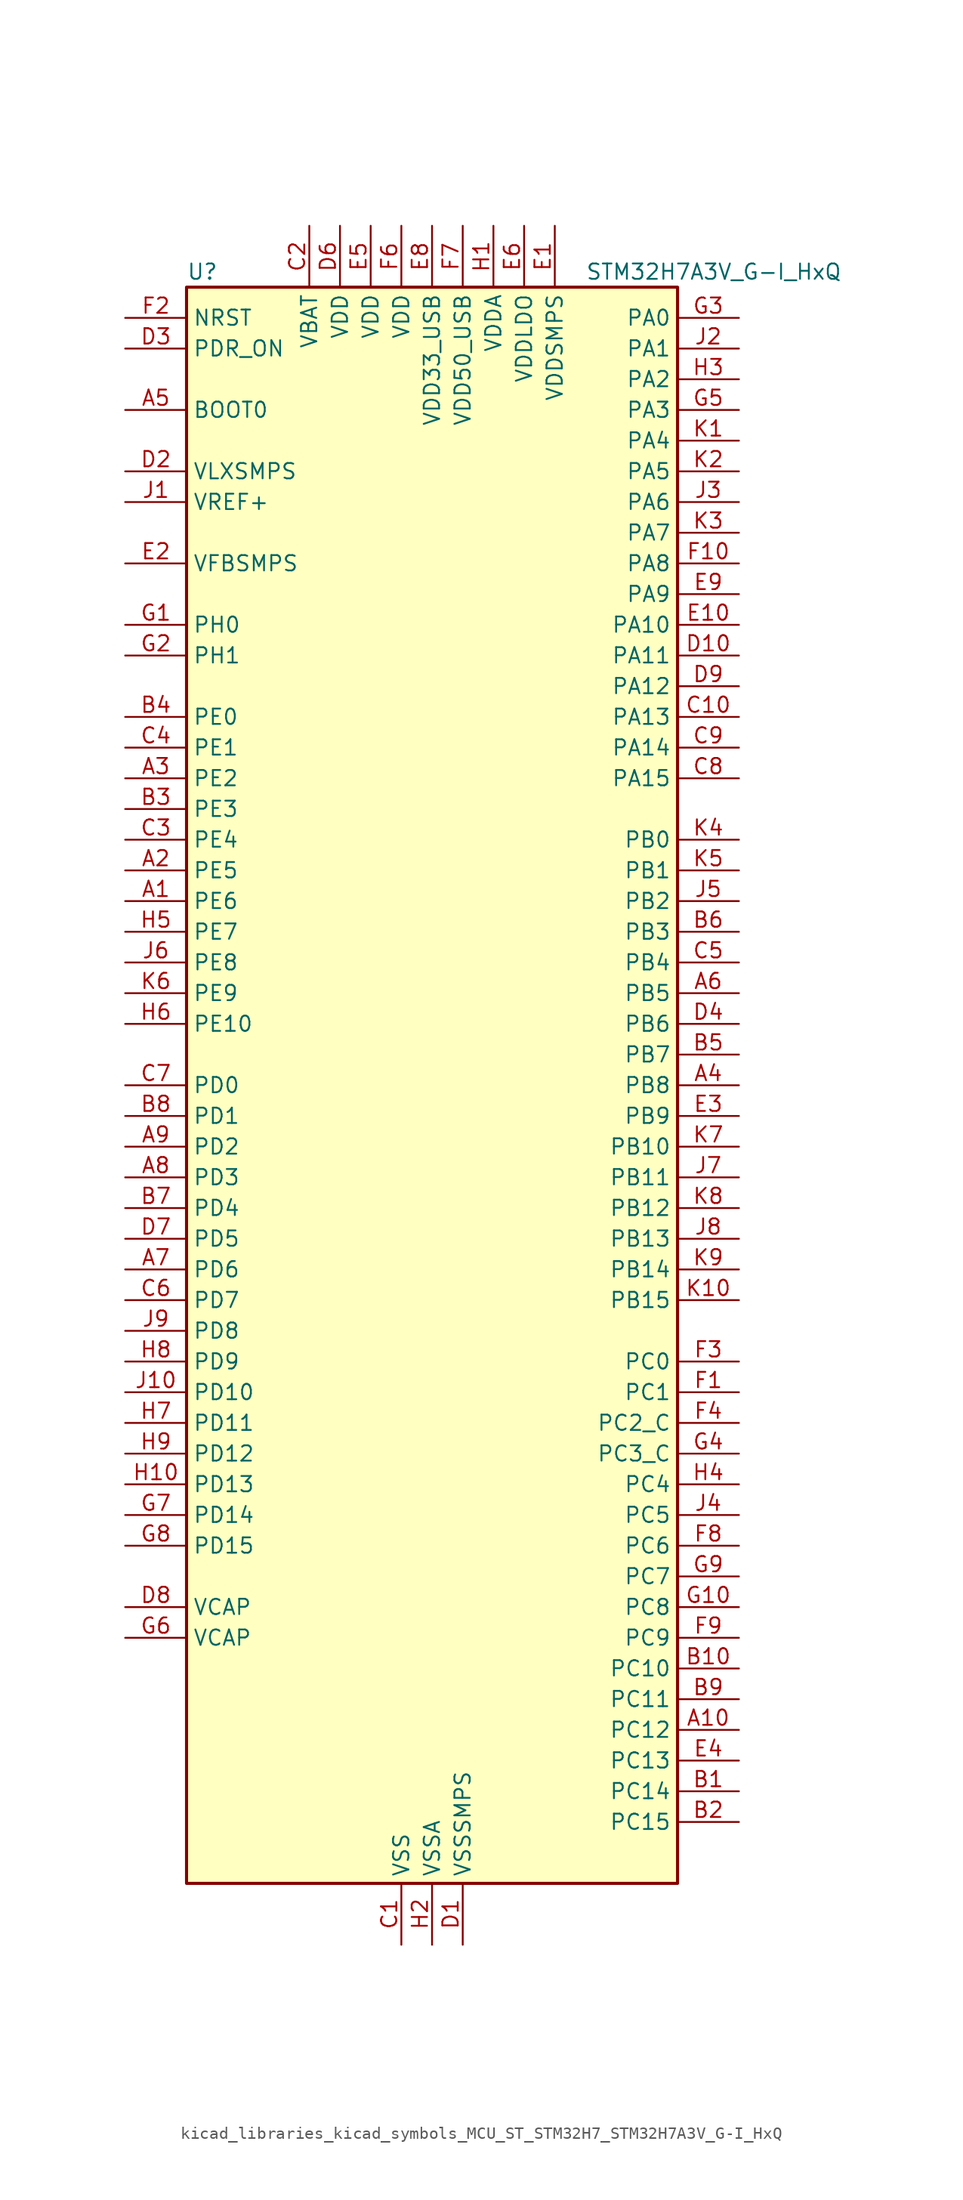
<source format=kicad_sym>
(kicad_symbol_lib
  (version 20220914)
  (generator kicad_symbol_editor)
  (symbol "kicad_libraries_kicad_symbols_MCU_ST_STM32H7_STM32H7A3V_G-I_HxQ"
    (property "Reference" "U"
      (at -20.32 67.31 0)
      (effects (font (size 1.27 1.27)) (justify left)))
    (property "Value" "STM32H7A3V_G-I_HxQ"
      (at 12.7 67.31 0)
      (effects (font (size 1.27 1.27)) (justify left)))
    (property "ki_locked" ""
      (at 0 0 0)
      (effects (font (size 1.27 1.27))))
    (symbol "kicad_libraries_kicad_symbols_MCU_ST_STM32H7_STM32H7A3V_G-I_HxQ_0_1"
      (rectangle (start -20.32 -66.04) (end 20.32 66.04) (stroke (width 0.254) (type default)) (fill (type background))))
    (symbol "kicad_libraries_kicad_symbols_MCU_ST_STM32H7_STM32H7A3V_G-I_HxQ_1_1"
      (pin bidirectional line (at -25.4 15.24 0) (length 5.08) (name "PE6" (effects (font (size 1.27 1.27)))) (number "A1" (effects (font (size 1.27 1.27)))) (alternate "DCMI_D7" bidirectional line) (alternate "DEBUG_TRACED3" bidirectional line) (alternate "FMC_A22" bidirectional line) (alternate "LTDC_G1" bidirectional line) (alternate "PSSI_D7" bidirectional line) (alternate "SAI1_D1" bidirectional line) (alternate "SAI1_SD_A" bidirectional line) (alternate "SAI2_MCLK_B" bidirectional line) (alternate "SPI4_MOSI" bidirectional line) (alternate "TIM15_CH2" bidirectional line) (alternate "TIM1_BKIN2" bidirectional line) (alternate "TIM1_BKIN2_COMP1" bidirectional line) (alternate "TIM1_BKIN2_COMP2" bidirectional line))
      (pin bidirectional line (at 25.4 -53.34 180) (length 5.08) (name "PC12" (effects (font (size 1.27 1.27)))) (number "A10" (effects (font (size 1.27 1.27)))) (alternate "DCMI_D9" bidirectional line) (alternate "DEBUG_TRACED3" bidirectional line) (alternate "DFSDM2_CKOUT" bidirectional line) (alternate "I2S3_SDO" bidirectional line) (alternate "I2S6_CK" bidirectional line) (alternate "LTDC_R6" bidirectional line) (alternate "PSSI_D9" bidirectional line) (alternate "SDMMC1_CK" bidirectional line) (alternate "SPI3_MOSI" bidirectional line) (alternate "SPI6_SCK" bidirectional line) (alternate "TIM15_CH1" bidirectional line) (alternate "UART5_TX" bidirectional line) (alternate "USART3_CK" bidirectional line))
      (pin bidirectional line (at -25.4 17.78 0) (length 5.08) (name "PE5" (effects (font (size 1.27 1.27)))) (number "A2" (effects (font (size 1.27 1.27)))) (alternate "DCMI_D6" bidirectional line) (alternate "DEBUG_TRACED2" bidirectional line) (alternate "DFSDM1_CKIN3" bidirectional line) (alternate "FMC_A21" bidirectional line) (alternate "LTDC_G0" bidirectional line) (alternate "PSSI_D6" bidirectional line) (alternate "SAI1_CK2" bidirectional line) (alternate "SAI1_SCK_A" bidirectional line) (alternate "SPI4_MISO" bidirectional line) (alternate "TIM15_CH1" bidirectional line))
      (pin bidirectional line (at -25.4 25.4 0) (length 5.08) (name "PE2" (effects (font (size 1.27 1.27)))) (number "A3" (effects (font (size 1.27 1.27)))) (alternate "DEBUG_TRACECLK" bidirectional line) (alternate "FMC_A23" bidirectional line) (alternate "OCTOSPIM_P1_IO2" bidirectional line) (alternate "SAI1_CK1" bidirectional line) (alternate "SAI1_MCLK_A" bidirectional line) (alternate "SPI4_SCK" bidirectional line) (alternate "USART10_RX" bidirectional line))
      (pin bidirectional line (at 25.4 0 180) (length 5.08) (name "PB8" (effects (font (size 1.27 1.27)))) (number "A4" (effects (font (size 1.27 1.27)))) (alternate "DCMI_D6" bidirectional line) (alternate "DFSDM1_CKIN7" bidirectional line) (alternate "FDCAN1_RX" bidirectional line) (alternate "I2C1_SCL" bidirectional line) (alternate "I2C4_SCL" bidirectional line) (alternate "LTDC_B6" bidirectional line) (alternate "PSSI_D6" bidirectional line) (alternate "SDMMC1_CKIN" bidirectional line) (alternate "SDMMC1_D4" bidirectional line) (alternate "SDMMC2_D4" bidirectional line) (alternate "TIM16_CH1" bidirectional line) (alternate "TIM4_CH3" bidirectional line) (alternate "UART4_RX" bidirectional line))
      (pin input line (at -25.4 55.88 0) (length 5.08) (name "BOOT0" (effects (font (size 1.27 1.27)))) (number "A5" (effects (font (size 1.27 1.27)))))
      (pin bidirectional line (at 25.4 7.62 180) (length 5.08) (name "PB5" (effects (font (size 1.27 1.27)))) (number "A6" (effects (font (size 1.27 1.27)))) (alternate "DCMI_D10" bidirectional line) (alternate "FDCAN2_RX" bidirectional line) (alternate "FMC_SDCKE1" bidirectional line) (alternate "I2C1_SMBA" bidirectional line) (alternate "I2C4_SMBA" bidirectional line) (alternate "I2S1_SDO" bidirectional line) (alternate "I2S3_SDO" bidirectional line) (alternate "I2S6_SDO" bidirectional line) (alternate "LTDC_B5" bidirectional line) (alternate "PSSI_D10" bidirectional line) (alternate "SPI1_MOSI" bidirectional line) (alternate "SPI3_MOSI" bidirectional line) (alternate "SPI6_MOSI" bidirectional line) (alternate "TIM17_BKIN" bidirectional line) (alternate "TIM3_CH2" bidirectional line) (alternate "UART5_RX" bidirectional line) (alternate "USB_OTG_HS_ULPI_D7" bidirectional line))
      (pin bidirectional line (at -25.4 -15.24 0) (length 5.08) (name "PD6" (effects (font (size 1.27 1.27)))) (number "A7" (effects (font (size 1.27 1.27)))) (alternate "DCMI_D10" bidirectional line) (alternate "DFSDM1_CKIN4" bidirectional line) (alternate "DFSDM1_DATIN1" bidirectional line) (alternate "FMC_NWAIT" bidirectional line) (alternate "I2S3_SDO" bidirectional line) (alternate "LTDC_B2" bidirectional line) (alternate "OCTOSPIM_P1_IO6" bidirectional line) (alternate "PSSI_D10" bidirectional line) (alternate "SAI1_D1" bidirectional line) (alternate "SAI1_SD_A" bidirectional line) (alternate "SDMMC2_CK" bidirectional line) (alternate "SPI3_MOSI" bidirectional line) (alternate "USART2_RX" bidirectional line))
      (pin bidirectional line (at -25.4 -7.62 0) (length 5.08) (name "PD3" (effects (font (size 1.27 1.27)))) (number "A8" (effects (font (size 1.27 1.27)))) (alternate "DCMI_D5" bidirectional line) (alternate "DFSDM1_CKOUT" bidirectional line) (alternate "FMC_CLK" bidirectional line) (alternate "I2S2_CK" bidirectional line) (alternate "LTDC_G7" bidirectional line) (alternate "PSSI_D5" bidirectional line) (alternate "SPI2_SCK" bidirectional line) (alternate "USART2_CTS" bidirectional line) (alternate "USART2_NSS" bidirectional line))
      (pin bidirectional line (at -25.4 -5.08 0) (length 5.08) (name "PD2" (effects (font (size 1.27 1.27)))) (number "A9" (effects (font (size 1.27 1.27)))) (alternate "DCMI_D11" bidirectional line) (alternate "DEBUG_TRACED2" bidirectional line) (alternate "LTDC_B2" bidirectional line) (alternate "LTDC_B7" bidirectional line) (alternate "PSSI_D11" bidirectional line) (alternate "SDMMC1_CMD" bidirectional line) (alternate "TIM15_BKIN" bidirectional line) (alternate "TIM3_ETR" bidirectional line) (alternate "UART5_RX" bidirectional line))
      (pin bidirectional line (at 25.4 -58.42 180) (length 5.08) (name "PC14" (effects (font (size 1.27 1.27)))) (number "B1" (effects (font (size 1.27 1.27)))) (alternate "RCC_OSC32_IN" bidirectional line))
      (pin bidirectional line (at 25.4 -48.26 180) (length 5.08) (name "PC10" (effects (font (size 1.27 1.27)))) (number "B10" (effects (font (size 1.27 1.27)))) (alternate "DCMI_D8" bidirectional line) (alternate "DFSDM1_CKIN5" bidirectional line) (alternate "DFSDM2_CKIN0" bidirectional line) (alternate "I2S3_CK" bidirectional line) (alternate "LTDC_B1" bidirectional line) (alternate "LTDC_R2" bidirectional line) (alternate "OCTOSPIM_P1_IO1" bidirectional line) (alternate "PSSI_D8" bidirectional line) (alternate "SDMMC1_D2" bidirectional line) (alternate "SPI3_SCK" bidirectional line) (alternate "SWPMI1_RX" bidirectional line) (alternate "UART4_TX" bidirectional line) (alternate "USART3_TX" bidirectional line))
      (pin bidirectional line (at 25.4 -60.96 180) (length 5.08) (name "PC15" (effects (font (size 1.27 1.27)))) (number "B2" (effects (font (size 1.27 1.27)))) (alternate "ADC1_EXTI15" bidirectional line) (alternate "ADC2_EXTI15" bidirectional line) (alternate "RCC_OSC32_OUT" bidirectional line))
      (pin bidirectional line (at -25.4 22.86 0) (length 5.08) (name "PE3" (effects (font (size 1.27 1.27)))) (number "B3" (effects (font (size 1.27 1.27)))) (alternate "DEBUG_TRACED0" bidirectional line) (alternate "FMC_A19" bidirectional line) (alternate "SAI1_SD_B" bidirectional line) (alternate "TIM15_BKIN" bidirectional line) (alternate "USART10_TX" bidirectional line))
      (pin bidirectional line (at -25.4 30.48 0) (length 5.08) (name "PE0" (effects (font (size 1.27 1.27)))) (number "B4" (effects (font (size 1.27 1.27)))) (alternate "DCMI_D2" bidirectional line) (alternate "FMC_NBL0" bidirectional line) (alternate "LPTIM1_ETR" bidirectional line) (alternate "LPTIM2_ETR" bidirectional line) (alternate "LTDC_R0" bidirectional line) (alternate "PSSI_D2" bidirectional line) (alternate "SAI2_MCLK_A" bidirectional line) (alternate "TIM4_ETR" bidirectional line) (alternate "UART8_RX" bidirectional line))
      (pin bidirectional line (at 25.4 2.54 180) (length 5.08) (name "PB7" (effects (font (size 1.27 1.27)))) (number "B5" (effects (font (size 1.27 1.27)))) (alternate "DCMI_VSYNC" bidirectional line) (alternate "DFSDM1_CKIN5" bidirectional line) (alternate "FMC_NL" bidirectional line) (alternate "I2C1_SDA" bidirectional line) (alternate "I2C4_SDA" bidirectional line) (alternate "LPUART1_RX" bidirectional line) (alternate "PSSI_RDY" bidirectional line) (alternate "PWR_PVD_IN" bidirectional line) (alternate "TIM17_CH1N" bidirectional line) (alternate "TIM4_CH2" bidirectional line) (alternate "USART1_RX" bidirectional line))
      (pin bidirectional line (at 25.4 12.7 180) (length 5.08) (name "PB3" (effects (font (size 1.27 1.27)))) (number "B6" (effects (font (size 1.27 1.27)))) (alternate "CRS_SYNC" bidirectional line) (alternate "DEBUG_JTDO-SWO" bidirectional line) (alternate "I2S1_CK" bidirectional line) (alternate "I2S3_CK" bidirectional line) (alternate "I2S6_CK" bidirectional line) (alternate "SDMMC2_D2" bidirectional line) (alternate "SPI1_SCK" bidirectional line) (alternate "SPI3_SCK" bidirectional line) (alternate "SPI6_SCK" bidirectional line) (alternate "TIM2_CH2" bidirectional line) (alternate "UART7_RX" bidirectional line))
      (pin bidirectional line (at -25.4 -10.16 0) (length 5.08) (name "PD4" (effects (font (size 1.27 1.27)))) (number "B7" (effects (font (size 1.27 1.27)))) (alternate "FMC_NOE" bidirectional line) (alternate "OCTOSPIM_P1_IO4" bidirectional line) (alternate "USART2_DE" bidirectional line) (alternate "USART2_RTS" bidirectional line))
      (pin bidirectional line (at -25.4 -2.54 0) (length 5.08) (name "PD1" (effects (font (size 1.27 1.27)))) (number "B8" (effects (font (size 1.27 1.27)))) (alternate "DFSDM1_DATIN6" bidirectional line) (alternate "FDCAN1_TX" bidirectional line) (alternate "FMC_D3" bidirectional line) (alternate "FMC_DA3" bidirectional line) (alternate "UART4_TX" bidirectional line))
      (pin bidirectional line (at 25.4 -50.8 180) (length 5.08) (name "PC11" (effects (font (size 1.27 1.27)))) (number "B9" (effects (font (size 1.27 1.27)))) (alternate "ADC1_EXTI11" bidirectional line) (alternate "ADC2_EXTI11" bidirectional line) (alternate "DCMI_D4" bidirectional line) (alternate "DFSDM1_DATIN5" bidirectional line) (alternate "DFSDM2_DATIN0" bidirectional line) (alternate "I2S3_SDI" bidirectional line) (alternate "LTDC_B4" bidirectional line) (alternate "OCTOSPIM_P1_NCS" bidirectional line) (alternate "PSSI_D4" bidirectional line) (alternate "SDMMC1_D3" bidirectional line) (alternate "SPI3_MISO" bidirectional line) (alternate "UART4_RX" bidirectional line) (alternate "USART3_RX" bidirectional line))
      (pin power_in line (at -2.54 -71.12 90) (length 5.08) (name "VSS" (effects (font (size 1.27 1.27)))) (number "C1" (effects (font (size 1.27 1.27)))))
      (pin bidirectional line (at 25.4 30.48 180) (length 5.08) (name "PA13" (effects (font (size 1.27 1.27)))) (number "C10" (effects (font (size 1.27 1.27)))) (alternate "DEBUG_JTMS-SWDIO" bidirectional line))
      (pin power_in line (at -10.16 71.12 270) (length 5.08) (name "VBAT" (effects (font (size 1.27 1.27)))) (number "C2" (effects (font (size 1.27 1.27)))))
      (pin bidirectional line (at -25.4 20.32 0) (length 5.08) (name "PE4" (effects (font (size 1.27 1.27)))) (number "C3" (effects (font (size 1.27 1.27)))) (alternate "DCMI_D4" bidirectional line) (alternate "DEBUG_TRACED1" bidirectional line) (alternate "DFSDM1_DATIN3" bidirectional line) (alternate "FMC_A20" bidirectional line) (alternate "LTDC_B0" bidirectional line) (alternate "PSSI_D4" bidirectional line) (alternate "SAI1_D2" bidirectional line) (alternate "SAI1_FS_A" bidirectional line) (alternate "SPI4_NSS" bidirectional line) (alternate "TIM15_CH1N" bidirectional line))
      (pin bidirectional line (at -25.4 27.94 0) (length 5.08) (name "PE1" (effects (font (size 1.27 1.27)))) (number "C4" (effects (font (size 1.27 1.27)))) (alternate "DCMI_D3" bidirectional line) (alternate "FMC_NBL1" bidirectional line) (alternate "LPTIM1_IN2" bidirectional line) (alternate "LTDC_R6" bidirectional line) (alternate "PSSI_D3" bidirectional line) (alternate "UART8_TX" bidirectional line))
      (pin bidirectional line (at 25.4 10.16 180) (length 5.08) (name "PB4" (effects (font (size 1.27 1.27)))) (number "C5" (effects (font (size 1.27 1.27)))) (alternate "DEBUG_JTRST" bidirectional line) (alternate "I2S1_SDI" bidirectional line) (alternate "I2S2_WS" bidirectional line) (alternate "I2S3_SDI" bidirectional line) (alternate "I2S6_SDI" bidirectional line) (alternate "SDMMC2_D3" bidirectional line) (alternate "SPI1_MISO" bidirectional line) (alternate "SPI2_NSS" bidirectional line) (alternate "SPI3_MISO" bidirectional line) (alternate "SPI6_MISO" bidirectional line) (alternate "TIM16_BKIN" bidirectional line) (alternate "TIM3_CH1" bidirectional line) (alternate "UART7_TX" bidirectional line))
      (pin bidirectional line (at -25.4 -17.78 0) (length 5.08) (name "PD7" (effects (font (size 1.27 1.27)))) (number "C6" (effects (font (size 1.27 1.27)))) (alternate "DFSDM1_CKIN1" bidirectional line) (alternate "DFSDM1_DATIN4" bidirectional line) (alternate "FMC_NE1" bidirectional line) (alternate "I2S1_SDO" bidirectional line) (alternate "OCTOSPIM_P1_IO7" bidirectional line) (alternate "SDMMC2_CMD" bidirectional line) (alternate "SPDIFRX_IN0" bidirectional line) (alternate "SPI1_MOSI" bidirectional line) (alternate "USART2_CK" bidirectional line))
      (pin bidirectional line (at -25.4 0 0) (length 5.08) (name "PD0" (effects (font (size 1.27 1.27)))) (number "C7" (effects (font (size 1.27 1.27)))) (alternate "DFSDM1_CKIN6" bidirectional line) (alternate "FDCAN1_RX" bidirectional line) (alternate "FMC_D2" bidirectional line) (alternate "FMC_DA2" bidirectional line) (alternate "LTDC_B1" bidirectional line) (alternate "UART4_RX" bidirectional line) (alternate "UART9_CTS" bidirectional line))
      (pin bidirectional line (at 25.4 25.4 180) (length 5.08) (name "PA15" (effects (font (size 1.27 1.27)))) (number "C8" (effects (font (size 1.27 1.27)))) (alternate "ADC1_EXTI15" bidirectional line) (alternate "ADC2_EXTI15" bidirectional line) (alternate "CEC" bidirectional line) (alternate "DEBUG_JTDI" bidirectional line) (alternate "I2S1_WS" bidirectional line) (alternate "I2S3_WS" bidirectional line) (alternate "I2S6_WS" bidirectional line) (alternate "LTDC_B6" bidirectional line) (alternate "LTDC_R3" bidirectional line) (alternate "SPI1_NSS" bidirectional line) (alternate "SPI3_NSS" bidirectional line) (alternate "SPI6_NSS" bidirectional line) (alternate "TIM2_CH1" bidirectional line) (alternate "TIM2_ETR" bidirectional line) (alternate "UART4_DE" bidirectional line) (alternate "UART4_RTS" bidirectional line) (alternate "UART7_TX" bidirectional line))
      (pin bidirectional line (at 25.4 27.94 180) (length 5.08) (name "PA14" (effects (font (size 1.27 1.27)))) (number "C9" (effects (font (size 1.27 1.27)))) (alternate "DEBUG_JTCK-SWCLK" bidirectional line))
      (pin power_in line (at 2.54 -71.12 90) (length 5.08) (name "VSSSMPS" (effects (font (size 1.27 1.27)))) (number "D1" (effects (font (size 1.27 1.27)))))
      (pin bidirectional line (at 25.4 35.56 180) (length 5.08) (name "PA11" (effects (font (size 1.27 1.27)))) (number "D10" (effects (font (size 1.27 1.27)))) (alternate "ADC1_EXTI11" bidirectional line) (alternate "ADC2_EXTI11" bidirectional line) (alternate "FDCAN1_RX" bidirectional line) (alternate "I2S2_WS" bidirectional line) (alternate "LPUART1_CTS" bidirectional line) (alternate "LTDC_R4" bidirectional line) (alternate "SPI2_NSS" bidirectional line) (alternate "TIM1_CH4" bidirectional line) (alternate "UART4_RX" bidirectional line) (alternate "USART1_CTS" bidirectional line) (alternate "USART1_NSS" bidirectional line) (alternate "USB_OTG_HS_DM" bidirectional line))
      (pin power_in line (at -25.4 50.8 0) (length 5.08) (name "VLXSMPS" (effects (font (size 1.27 1.27)))) (number "D2" (effects (font (size 1.27 1.27)))))
      (pin input line (at -25.4 60.96 0) (length 5.08) (name "PDR_ON" (effects (font (size 1.27 1.27)))) (number "D3" (effects (font (size 1.27 1.27)))))
      (pin bidirectional line (at 25.4 5.08 180) (length 5.08) (name "PB6" (effects (font (size 1.27 1.27)))) (number "D4" (effects (font (size 1.27 1.27)))) (alternate "CEC" bidirectional line) (alternate "DCMI_D5" bidirectional line) (alternate "DFSDM1_DATIN5" bidirectional line) (alternate "FDCAN2_TX" bidirectional line) (alternate "FMC_SDNE1" bidirectional line) (alternate "I2C1_SCL" bidirectional line) (alternate "I2C4_SCL" bidirectional line) (alternate "LPUART1_TX" bidirectional line) (alternate "OCTOSPIM_P1_NCS" bidirectional line) (alternate "PSSI_D5" bidirectional line) (alternate "TIM16_CH1N" bidirectional line) (alternate "TIM4_CH1" bidirectional line) (alternate "UART5_TX" bidirectional line) (alternate "USART1_TX" bidirectional line))
      (pin passive line (at -2.54 -71.12 90) (length 5.08) hide (name "VSS" (effects (font (size 1.27 1.27)))) (number "D5" (effects (font (size 1.27 1.27)))))
      (pin power_in line (at -7.62 71.12 270) (length 5.08) (name "VDD" (effects (font (size 1.27 1.27)))) (number "D6" (effects (font (size 1.27 1.27)))))
      (pin bidirectional line (at -25.4 -12.7 0) (length 5.08) (name "PD5" (effects (font (size 1.27 1.27)))) (number "D7" (effects (font (size 1.27 1.27)))) (alternate "FMC_NWE" bidirectional line) (alternate "OCTOSPIM_P1_IO5" bidirectional line) (alternate "USART2_TX" bidirectional line))
      (pin power_out line (at -25.4 -43.18 0) (length 5.08) (name "VCAP" (effects (font (size 1.27 1.27)))) (number "D8" (effects (font (size 1.27 1.27)))))
      (pin bidirectional line (at 25.4 33.02 180) (length 5.08) (name "PA12" (effects (font (size 1.27 1.27)))) (number "D9" (effects (font (size 1.27 1.27)))) (alternate "FDCAN1_TX" bidirectional line) (alternate "I2S2_CK" bidirectional line) (alternate "LPUART1_DE" bidirectional line) (alternate "LPUART1_RTS" bidirectional line) (alternate "LTDC_R5" bidirectional line) (alternate "SAI2_FS_B" bidirectional line) (alternate "SPI2_SCK" bidirectional line) (alternate "TIM1_ETR" bidirectional line) (alternate "UART4_TX" bidirectional line) (alternate "USART1_DE" bidirectional line) (alternate "USART1_RTS" bidirectional line) (alternate "USB_OTG_HS_DP" bidirectional line))
      (pin power_in line (at 10.16 71.12 270) (length 5.08) (name "VDDSMPS" (effects (font (size 1.27 1.27)))) (number "E1" (effects (font (size 1.27 1.27)))))
      (pin bidirectional line (at 25.4 38.1 180) (length 5.08) (name "PA10" (effects (font (size 1.27 1.27)))) (number "E10" (effects (font (size 1.27 1.27)))) (alternate "DCMI_D1" bidirectional line) (alternate "LPUART1_RX" bidirectional line) (alternate "LTDC_B1" bidirectional line) (alternate "LTDC_B4" bidirectional line) (alternate "MDIOS_MDIO" bidirectional line) (alternate "PSSI_D1" bidirectional line) (alternate "TIM1_CH3" bidirectional line) (alternate "USART1_RX" bidirectional line) (alternate "USB_OTG_HS_ID" bidirectional line))
      (pin input line (at -25.4 43.18 0) (length 5.08) (name "VFBSMPS" (effects (font (size 1.27 1.27)))) (number "E2" (effects (font (size 1.27 1.27)))))
      (pin bidirectional line (at 25.4 -2.54 180) (length 5.08) (name "PB9" (effects (font (size 1.27 1.27)))) (number "E3" (effects (font (size 1.27 1.27)))) (alternate "DAC1_EXTI9" bidirectional line) (alternate "DCMI_D7" bidirectional line) (alternate "DFSDM1_DATIN7" bidirectional line) (alternate "FDCAN1_TX" bidirectional line) (alternate "I2C1_SDA" bidirectional line) (alternate "I2C4_SDA" bidirectional line) (alternate "I2C4_SMBA" bidirectional line) (alternate "I2S2_WS" bidirectional line) (alternate "LTDC_B7" bidirectional line) (alternate "PSSI_D7" bidirectional line) (alternate "SDMMC1_CDIR" bidirectional line) (alternate "SDMMC1_D5" bidirectional line) (alternate "SDMMC2_D5" bidirectional line) (alternate "SPI2_NSS" bidirectional line) (alternate "TIM17_CH1" bidirectional line) (alternate "TIM4_CH4" bidirectional line) (alternate "UART4_TX" bidirectional line))
      (pin bidirectional line (at 25.4 -55.88 180) (length 5.08) (name "PC13" (effects (font (size 1.27 1.27)))) (number "E4" (effects (font (size 1.27 1.27)))) (alternate "PWR_WKUP4" bidirectional line) (alternate "RTC_OUT_ALARM" bidirectional line) (alternate "RTC_OUT_CALIB" bidirectional line) (alternate "RTC_TAMP1" bidirectional line) (alternate "RTC_TS" bidirectional line))
      (pin power_in line (at -5.08 71.12 270) (length 5.08) (name "VDD" (effects (font (size 1.27 1.27)))) (number "E5" (effects (font (size 1.27 1.27)))))
      (pin power_in line (at 7.62 71.12 270) (length 5.08) (name "VDDLDO" (effects (font (size 1.27 1.27)))) (number "E6" (effects (font (size 1.27 1.27)))))
      (pin passive line (at -2.54 -71.12 90) (length 5.08) hide (name "VSS" (effects (font (size 1.27 1.27)))) (number "E7" (effects (font (size 1.27 1.27)))))
      (pin power_in line (at 0 71.12 270) (length 5.08) (name "VDD33_USB" (effects (font (size 1.27 1.27)))) (number "E8" (effects (font (size 1.27 1.27)))))
      (pin bidirectional line (at 25.4 40.64 180) (length 5.08) (name "PA9" (effects (font (size 1.27 1.27)))) (number "E9" (effects (font (size 1.27 1.27)))) (alternate "DAC1_EXTI9" bidirectional line) (alternate "DCMI_D0" bidirectional line) (alternate "I2C3_SMBA" bidirectional line) (alternate "I2S2_CK" bidirectional line) (alternate "LPUART1_TX" bidirectional line) (alternate "LTDC_R5" bidirectional line) (alternate "PSSI_D0" bidirectional line) (alternate "SPI2_SCK" bidirectional line) (alternate "TIM1_CH2" bidirectional line) (alternate "USART1_TX" bidirectional line) (alternate "USB_OTG_HS_VBUS" bidirectional line))
      (pin bidirectional line (at 25.4 -25.4 180) (length 5.08) (name "PC1" (effects (font (size 1.27 1.27)))) (number "F1" (effects (font (size 1.27 1.27)))) (alternate "ADC1_INN10" bidirectional line) (alternate "ADC1_INP11" bidirectional line) (alternate "ADC2_INN10" bidirectional line) (alternate "ADC2_INP11" bidirectional line) (alternate "DEBUG_TRACED0" bidirectional line) (alternate "DFSDM1_CKIN4" bidirectional line) (alternate "DFSDM1_DATIN0" bidirectional line) (alternate "I2S2_SDO" bidirectional line) (alternate "LTDC_G5" bidirectional line) (alternate "MDIOS_MDC" bidirectional line) (alternate "OCTOSPIM_P1_IO4" bidirectional line) (alternate "PWR_WKUP6" bidirectional line) (alternate "RTC_TAMP3" bidirectional line) (alternate "SAI1_D1" bidirectional line) (alternate "SAI1_SD_A" bidirectional line) (alternate "SDMMC2_CK" bidirectional line) (alternate "SPI2_MOSI" bidirectional line))
      (pin bidirectional line (at 25.4 43.18 180) (length 5.08) (name "PA8" (effects (font (size 1.27 1.27)))) (number "F10" (effects (font (size 1.27 1.27)))) (alternate "I2C3_SCL" bidirectional line) (alternate "LTDC_B3" bidirectional line) (alternate "LTDC_R6" bidirectional line) (alternate "RCC_MCO_1" bidirectional line) (alternate "TIM1_CH1" bidirectional line) (alternate "TIM8_BKIN2" bidirectional line) (alternate "TIM8_BKIN2_COMP1" bidirectional line) (alternate "TIM8_BKIN2_COMP2" bidirectional line) (alternate "UART7_RX" bidirectional line) (alternate "USART1_CK" bidirectional line) (alternate "USB_OTG_HS_SOF" bidirectional line))
      (pin input line (at -25.4 63.5 0) (length 5.08) (name "NRST" (effects (font (size 1.27 1.27)))) (number "F2" (effects (font (size 1.27 1.27)))))
      (pin bidirectional line (at 25.4 -22.86 180) (length 5.08) (name "PC0" (effects (font (size 1.27 1.27)))) (number "F3" (effects (font (size 1.27 1.27)))) (alternate "ADC1_INP10" bidirectional line) (alternate "ADC2_INP10" bidirectional line) (alternate "DFSDM1_CKIN0" bidirectional line) (alternate "DFSDM1_DATIN4" bidirectional line) (alternate "FMC_A25" bidirectional line) (alternate "FMC_SDNWE" bidirectional line) (alternate "LTDC_G2" bidirectional line) (alternate "LTDC_R5" bidirectional line) (alternate "SAI2_FS_B" bidirectional line) (alternate "USB_OTG_HS_ULPI_STP" bidirectional line))
      (pin bidirectional line (at 25.4 -27.94 180) (length 5.08) (name "PC2_C" (effects (font (size 1.27 1.27)))) (number "F4" (effects (font (size 1.27 1.27)))) (alternate "ADC2_INN1" bidirectional line) (alternate "ADC2_INP0" bidirectional line) (alternate "DFSDM1_CKIN1" bidirectional line) (alternate "DFSDM1_CKOUT" bidirectional line) (alternate "FMC_SDNE0" bidirectional line) (alternate "I2S2_SDI" bidirectional line) (alternate "OCTOSPIM_P1_IO2" bidirectional line) (alternate "OCTOSPIM_P1_IO5" bidirectional line) (alternate "PWR_CSTOP" bidirectional line) (alternate "SPI2_MISO" bidirectional line) (alternate "USB_OTG_HS_ULPI_DIR" bidirectional line))
      (pin passive line (at -2.54 -71.12 90) (length 5.08) hide (name "VSS" (effects (font (size 1.27 1.27)))) (number "F5" (effects (font (size 1.27 1.27)))))
      (pin power_in line (at -2.54 71.12 270) (length 5.08) (name "VDD" (effects (font (size 1.27 1.27)))) (number "F6" (effects (font (size 1.27 1.27)))))
      (pin power_in line (at 2.54 71.12 270) (length 5.08) (name "VDD50_USB" (effects (font (size 1.27 1.27)))) (number "F7" (effects (font (size 1.27 1.27)))))
      (pin bidirectional line (at 25.4 -38.1 180) (length 5.08) (name "PC6" (effects (font (size 1.27 1.27)))) (number "F8" (effects (font (size 1.27 1.27)))) (alternate "DCMI_D0" bidirectional line) (alternate "DFSDM1_CKIN3" bidirectional line) (alternate "FMC_NWAIT" bidirectional line) (alternate "I2S2_MCK" bidirectional line) (alternate "LTDC_HSYNC" bidirectional line) (alternate "PSSI_D0" bidirectional line) (alternate "SDMMC1_D0DIR" bidirectional line) (alternate "SDMMC1_D6" bidirectional line) (alternate "SDMMC2_D6" bidirectional line) (alternate "SWPMI1_IO" bidirectional line) (alternate "TIM3_CH1" bidirectional line) (alternate "TIM8_CH1" bidirectional line) (alternate "USART6_TX" bidirectional line))
      (pin bidirectional line (at 25.4 -45.72 180) (length 5.08) (name "PC9" (effects (font (size 1.27 1.27)))) (number "F9" (effects (font (size 1.27 1.27)))) (alternate "DAC1_EXTI9" bidirectional line) (alternate "DCMI_D3" bidirectional line) (alternate "I2C3_SDA" bidirectional line) (alternate "I2S_CKIN" bidirectional line) (alternate "LTDC_B2" bidirectional line) (alternate "LTDC_G3" bidirectional line) (alternate "OCTOSPIM_P1_IO0" bidirectional line) (alternate "PSSI_D3" bidirectional line) (alternate "RCC_MCO_2" bidirectional line) (alternate "SDMMC1_D1" bidirectional line) (alternate "SWPMI1_SUSPEND" bidirectional line) (alternate "TIM3_CH4" bidirectional line) (alternate "TIM8_CH4" bidirectional line) (alternate "UART5_CTS" bidirectional line))
      (pin bidirectional line (at -25.4 38.1 0) (length 5.08) (name "PH0" (effects (font (size 1.27 1.27)))) (number "G1" (effects (font (size 1.27 1.27)))) (alternate "RCC_OSC_IN" bidirectional line))
      (pin bidirectional line (at 25.4 -43.18 180) (length 5.08) (name "PC8" (effects (font (size 1.27 1.27)))) (number "G10" (effects (font (size 1.27 1.27)))) (alternate "DCMI_D2" bidirectional line) (alternate "DEBUG_TRACED1" bidirectional line) (alternate "FMC_INT" bidirectional line) (alternate "FMC_NCE" bidirectional line) (alternate "FMC_NE2" bidirectional line) (alternate "PSSI_D2" bidirectional line) (alternate "SDMMC1_D0" bidirectional line) (alternate "SWPMI1_RX" bidirectional line) (alternate "TIM3_CH3" bidirectional line) (alternate "TIM8_CH3" bidirectional line) (alternate "UART5_DE" bidirectional line) (alternate "UART5_RTS" bidirectional line) (alternate "USART6_CK" bidirectional line))
      (pin bidirectional line (at -25.4 35.56 0) (length 5.08) (name "PH1" (effects (font (size 1.27 1.27)))) (number "G2" (effects (font (size 1.27 1.27)))) (alternate "RCC_OSC_OUT" bidirectional line))
      (pin bidirectional line (at 25.4 63.5 180) (length 5.08) (name "PA0" (effects (font (size 1.27 1.27)))) (number "G3" (effects (font (size 1.27 1.27)))) (alternate "ADC1_INP16" bidirectional line) (alternate "I2S6_WS" bidirectional line) (alternate "PWR_WKUP1" bidirectional line) (alternate "SAI2_SD_B" bidirectional line) (alternate "SDMMC2_CMD" bidirectional line) (alternate "SPI6_NSS" bidirectional line) (alternate "TIM15_BKIN" bidirectional line) (alternate "TIM2_CH1" bidirectional line) (alternate "TIM2_ETR" bidirectional line) (alternate "TIM5_CH1" bidirectional line) (alternate "TIM8_ETR" bidirectional line) (alternate "UART4_TX" bidirectional line) (alternate "USART2_CTS" bidirectional line) (alternate "USART2_NSS" bidirectional line))
      (pin bidirectional line (at 25.4 -30.48 180) (length 5.08) (name "PC3_C" (effects (font (size 1.27 1.27)))) (number "G4" (effects (font (size 1.27 1.27)))) (alternate "ADC2_INP1" bidirectional line) (alternate "DFSDM1_DATIN1" bidirectional line) (alternate "FMC_SDCKE0" bidirectional line) (alternate "I2S2_SDO" bidirectional line) (alternate "OCTOSPIM_P1_IO0" bidirectional line) (alternate "OCTOSPIM_P1_IO6" bidirectional line) (alternate "PWR_CSLEEP" bidirectional line) (alternate "SPI2_MOSI" bidirectional line) (alternate "USB_OTG_HS_ULPI_NXT" bidirectional line))
      (pin bidirectional line (at 25.4 55.88 180) (length 5.08) (name "PA3" (effects (font (size 1.27 1.27)))) (number "G5" (effects (font (size 1.27 1.27)))) (alternate "ADC1_INP15" bidirectional line) (alternate "I2S6_MCK" bidirectional line) (alternate "LTDC_B2" bidirectional line) (alternate "LTDC_B5" bidirectional line) (alternate "OCTOSPIM_P1_CLK" bidirectional line) (alternate "TIM15_CH2" bidirectional line) (alternate "TIM2_CH4" bidirectional line) (alternate "TIM5_CH4" bidirectional line) (alternate "USART2_RX" bidirectional line) (alternate "USB_OTG_HS_ULPI_D0" bidirectional line))
      (pin power_out line (at -25.4 -45.72 0) (length 5.08) (name "VCAP" (effects (font (size 1.27 1.27)))) (number "G6" (effects (font (size 1.27 1.27)))))
      (pin bidirectional line (at -25.4 -35.56 0) (length 5.08) (name "PD14" (effects (font (size 1.27 1.27)))) (number "G7" (effects (font (size 1.27 1.27)))) (alternate "FMC_D0" bidirectional line) (alternate "FMC_DA0" bidirectional line) (alternate "TIM4_CH3" bidirectional line) (alternate "UART8_CTS" bidirectional line) (alternate "UART9_RX" bidirectional line))
      (pin bidirectional line (at -25.4 -38.1 0) (length 5.08) (name "PD15" (effects (font (size 1.27 1.27)))) (number "G8" (effects (font (size 1.27 1.27)))) (alternate "ADC1_EXTI15" bidirectional line) (alternate "ADC2_EXTI15" bidirectional line) (alternate "FMC_D1" bidirectional line) (alternate "FMC_DA1" bidirectional line) (alternate "TIM4_CH4" bidirectional line) (alternate "UART8_DE" bidirectional line) (alternate "UART8_RTS" bidirectional line) (alternate "UART9_TX" bidirectional line))
      (pin bidirectional line (at 25.4 -40.64 180) (length 5.08) (name "PC7" (effects (font (size 1.27 1.27)))) (number "G9" (effects (font (size 1.27 1.27)))) (alternate "DCMI_D1" bidirectional line) (alternate "DEBUG_TRGIO" bidirectional line) (alternate "DFSDM1_DATIN3" bidirectional line) (alternate "FMC_NE1" bidirectional line) (alternate "I2S3_MCK" bidirectional line) (alternate "LTDC_G6" bidirectional line) (alternate "PSSI_D1" bidirectional line) (alternate "SDMMC1_D123DIR" bidirectional line) (alternate "SDMMC1_D7" bidirectional line) (alternate "SDMMC2_D7" bidirectional line) (alternate "SWPMI1_TX" bidirectional line) (alternate "TIM3_CH2" bidirectional line) (alternate "TIM8_CH2" bidirectional line) (alternate "USART6_RX" bidirectional line))
      (pin power_in line (at 5.08 71.12 270) (length 5.08) (name "VDDA" (effects (font (size 1.27 1.27)))) (number "H1" (effects (font (size 1.27 1.27)))))
      (pin bidirectional line (at -25.4 -33.02 0) (length 5.08) (name "PD13" (effects (font (size 1.27 1.27)))) (number "H10" (effects (font (size 1.27 1.27)))) (alternate "DCMI_D13" bidirectional line) (alternate "FMC_A18" bidirectional line) (alternate "I2C4_SDA" bidirectional line) (alternate "LPTIM1_OUT" bidirectional line) (alternate "OCTOSPIM_P1_IO3" bidirectional line) (alternate "PSSI_D13" bidirectional line) (alternate "SAI2_SCK_A" bidirectional line) (alternate "TIM4_CH2" bidirectional line) (alternate "UART9_DE" bidirectional line) (alternate "UART9_RTS" bidirectional line))
      (pin power_in line (at 0 -71.12 90) (length 5.08) (name "VSSA" (effects (font (size 1.27 1.27)))) (number "H2" (effects (font (size 1.27 1.27)))))
      (pin bidirectional line (at 25.4 58.42 180) (length 5.08) (name "PA2" (effects (font (size 1.27 1.27)))) (number "H3" (effects (font (size 1.27 1.27)))) (alternate "ADC1_INP14" bidirectional line) (alternate "DFSDM2_CKIN1" bidirectional line) (alternate "LTDC_R1" bidirectional line) (alternate "MDIOS_MDIO" bidirectional line) (alternate "PWR_WKUP2" bidirectional line) (alternate "SAI2_SCK_B" bidirectional line) (alternate "TIM15_CH1" bidirectional line) (alternate "TIM2_CH3" bidirectional line) (alternate "TIM5_CH3" bidirectional line) (alternate "USART2_TX" bidirectional line))
      (pin bidirectional line (at 25.4 -33.02 180) (length 5.08) (name "PC4" (effects (font (size 1.27 1.27)))) (number "H4" (effects (font (size 1.27 1.27)))) (alternate "ADC1_INP4" bidirectional line) (alternate "ADC2_INP4" bidirectional line) (alternate "COMP1_INM" bidirectional line) (alternate "DFSDM1_CKIN2" bidirectional line) (alternate "FMC_SDNE0" bidirectional line) (alternate "I2S1_MCK" bidirectional line) (alternate "LTDC_R7" bidirectional line) (alternate "OPAMP1_VOUT" bidirectional line) (alternate "SPDIFRX_IN2" bidirectional line))
      (pin bidirectional line (at -25.4 12.7 0) (length 5.08) (name "PE7" (effects (font (size 1.27 1.27)))) (number "H5" (effects (font (size 1.27 1.27)))) (alternate "COMP2_INM" bidirectional line) (alternate "DFSDM1_DATIN2" bidirectional line) (alternate "FMC_D4" bidirectional line) (alternate "FMC_DA4" bidirectional line) (alternate "OCTOSPIM_P1_IO4" bidirectional line) (alternate "OPAMP2_VOUT" bidirectional line) (alternate "TIM1_ETR" bidirectional line) (alternate "UART7_RX" bidirectional line))
      (pin bidirectional line (at -25.4 5.08 0) (length 5.08) (name "PE10" (effects (font (size 1.27 1.27)))) (number "H6" (effects (font (size 1.27 1.27)))) (alternate "COMP2_INM" bidirectional line) (alternate "DFSDM1_DATIN4" bidirectional line) (alternate "FMC_D7" bidirectional line) (alternate "FMC_DA7" bidirectional line) (alternate "OCTOSPIM_P1_IO7" bidirectional line) (alternate "TIM1_CH2N" bidirectional line) (alternate "UART7_CTS" bidirectional line))
      (pin bidirectional line (at -25.4 -27.94 0) (length 5.08) (name "PD11" (effects (font (size 1.27 1.27)))) (number "H7" (effects (font (size 1.27 1.27)))) (alternate "ADC1_EXTI11" bidirectional line) (alternate "ADC2_EXTI11" bidirectional line) (alternate "FMC_A16" bidirectional line) (alternate "FMC_CLE" bidirectional line) (alternate "I2C4_SMBA" bidirectional line) (alternate "LPTIM2_IN2" bidirectional line) (alternate "OCTOSPIM_P1_IO0" bidirectional line) (alternate "SAI2_SD_A" bidirectional line) (alternate "USART3_CTS" bidirectional line) (alternate "USART3_NSS" bidirectional line))
      (pin bidirectional line (at -25.4 -22.86 0) (length 5.08) (name "PD9" (effects (font (size 1.27 1.27)))) (number "H8" (effects (font (size 1.27 1.27)))) (alternate "DAC1_EXTI9" bidirectional line) (alternate "DFSDM1_DATIN3" bidirectional line) (alternate "FMC_D14" bidirectional line) (alternate "FMC_DA14" bidirectional line) (alternate "USART3_RX" bidirectional line))
      (pin bidirectional line (at -25.4 -30.48 0) (length 5.08) (name "PD12" (effects (font (size 1.27 1.27)))) (number "H9" (effects (font (size 1.27 1.27)))) (alternate "DCMI_D12" bidirectional line) (alternate "FMC_A17" bidirectional line) (alternate "FMC_ALE" bidirectional line) (alternate "I2C4_SCL" bidirectional line) (alternate "LPTIM1_IN1" bidirectional line) (alternate "LPTIM2_IN1" bidirectional line) (alternate "OCTOSPIM_P1_IO1" bidirectional line) (alternate "PSSI_D12" bidirectional line) (alternate "SAI2_FS_A" bidirectional line) (alternate "TIM4_CH1" bidirectional line) (alternate "USART3_DE" bidirectional line) (alternate "USART3_RTS" bidirectional line))
      (pin input line (at -25.4 48.26 0) (length 5.08) (name "VREF+" (effects (font (size 1.27 1.27)))) (number "J1" (effects (font (size 1.27 1.27)))) (alternate "VREFBUF_OUT" bidirectional line))
      (pin bidirectional line (at -25.4 -25.4 0) (length 5.08) (name "PD10" (effects (font (size 1.27 1.27)))) (number "J10" (effects (font (size 1.27 1.27)))) (alternate "DFSDM1_CKOUT" bidirectional line) (alternate "DFSDM2_CKOUT" bidirectional line) (alternate "FMC_D15" bidirectional line) (alternate "FMC_DA15" bidirectional line) (alternate "LTDC_B3" bidirectional line) (alternate "USART3_CK" bidirectional line))
      (pin bidirectional line (at 25.4 60.96 180) (length 5.08) (name "PA1" (effects (font (size 1.27 1.27)))) (number "J2" (effects (font (size 1.27 1.27)))) (alternate "ADC1_INN16" bidirectional line) (alternate "ADC1_INP17" bidirectional line) (alternate "LPTIM3_OUT" bidirectional line) (alternate "LTDC_R2" bidirectional line) (alternate "OCTOSPIM_P1_DQS" bidirectional line) (alternate "OCTOSPIM_P1_IO3" bidirectional line) (alternate "SAI2_MCLK_B" bidirectional line) (alternate "TIM15_CH1N" bidirectional line) (alternate "TIM2_CH2" bidirectional line) (alternate "TIM5_CH2" bidirectional line) (alternate "UART4_RX" bidirectional line) (alternate "USART2_DE" bidirectional line) (alternate "USART2_RTS" bidirectional line))
      (pin bidirectional line (at 25.4 48.26 180) (length 5.08) (name "PA6" (effects (font (size 1.27 1.27)))) (number "J3" (effects (font (size 1.27 1.27)))) (alternate "ADC1_INP3" bidirectional line) (alternate "ADC2_INP3" bidirectional line) (alternate "DAC2_OUT1" bidirectional line) (alternate "DCMI_PIXCLK" bidirectional line) (alternate "I2S1_SDI" bidirectional line) (alternate "I2S6_SDI" bidirectional line) (alternate "LTDC_G2" bidirectional line) (alternate "MDIOS_MDC" bidirectional line) (alternate "OCTOSPIM_P1_IO3" bidirectional line) (alternate "PSSI_PDCK" bidirectional line) (alternate "SPI1_MISO" bidirectional line) (alternate "SPI6_MISO" bidirectional line) (alternate "TIM13_CH1" bidirectional line) (alternate "TIM1_BKIN" bidirectional line) (alternate "TIM1_BKIN_COMP1" bidirectional line) (alternate "TIM1_BKIN_COMP2" bidirectional line) (alternate "TIM3_CH1" bidirectional line) (alternate "TIM8_BKIN" bidirectional line) (alternate "TIM8_BKIN_COMP1" bidirectional line) (alternate "TIM8_BKIN_COMP2" bidirectional line))
      (pin bidirectional line (at 25.4 -35.56 180) (length 5.08) (name "PC5" (effects (font (size 1.27 1.27)))) (number "J4" (effects (font (size 1.27 1.27)))) (alternate "ADC1_INN4" bidirectional line) (alternate "ADC1_INP8" bidirectional line) (alternate "ADC2_INN4" bidirectional line) (alternate "ADC2_INP8" bidirectional line) (alternate "COMP1_OUT" bidirectional line) (alternate "DFSDM1_DATIN2" bidirectional line) (alternate "FMC_SDCKE0" bidirectional line) (alternate "LTDC_DE" bidirectional line) (alternate "OCTOSPIM_P1_DQS" bidirectional line) (alternate "OPAMP1_VINM" bidirectional line) (alternate "PSSI_D15" bidirectional line) (alternate "SAI1_D3" bidirectional line) (alternate "SPDIFRX_IN3" bidirectional line))
      (pin bidirectional line (at 25.4 15.24 180) (length 5.08) (name "PB2" (effects (font (size 1.27 1.27)))) (number "J5" (effects (font (size 1.27 1.27)))) (alternate "COMP1_INP" bidirectional line) (alternate "DFSDM1_CKIN1" bidirectional line) (alternate "I2S3_SDO" bidirectional line) (alternate "OCTOSPIM_P1_CLK" bidirectional line) (alternate "OCTOSPIM_P1_DQS" bidirectional line) (alternate "RTC_OUT_ALARM" bidirectional line) (alternate "RTC_OUT_CALIB" bidirectional line) (alternate "SAI1_D1" bidirectional line) (alternate "SAI1_SD_A" bidirectional line) (alternate "SPI3_MOSI" bidirectional line))
      (pin bidirectional line (at -25.4 10.16 0) (length 5.08) (name "PE8" (effects (font (size 1.27 1.27)))) (number "J6" (effects (font (size 1.27 1.27)))) (alternate "COMP2_OUT" bidirectional line) (alternate "DFSDM1_CKIN2" bidirectional line) (alternate "FMC_D5" bidirectional line) (alternate "FMC_DA5" bidirectional line) (alternate "OCTOSPIM_P1_IO5" bidirectional line) (alternate "OPAMP2_VINM" bidirectional line) (alternate "TIM1_CH1N" bidirectional line) (alternate "UART7_TX" bidirectional line))
      (pin bidirectional line (at 25.4 -7.62 180) (length 5.08) (name "PB11" (effects (font (size 1.27 1.27)))) (number "J7" (effects (font (size 1.27 1.27)))) (alternate "ADC1_EXTI11" bidirectional line) (alternate "ADC2_EXTI11" bidirectional line) (alternate "DFSDM1_CKIN7" bidirectional line) (alternate "I2C2_SDA" bidirectional line) (alternate "LPTIM2_ETR" bidirectional line) (alternate "LTDC_G5" bidirectional line) (alternate "TIM2_CH4" bidirectional line) (alternate "USART3_RX" bidirectional line) (alternate "USB_OTG_HS_ULPI_D4" bidirectional line))
      (pin bidirectional line (at 25.4 -12.7 180) (length 5.08) (name "PB13" (effects (font (size 1.27 1.27)))) (number "J8" (effects (font (size 1.27 1.27)))) (alternate "DCMI_D2" bidirectional line) (alternate "DFSDM1_CKIN1" bidirectional line) (alternate "DFSDM2_CKIN1" bidirectional line) (alternate "FDCAN2_TX" bidirectional line) (alternate "I2S2_CK" bidirectional line) (alternate "LPTIM2_OUT" bidirectional line) (alternate "PSSI_D2" bidirectional line) (alternate "SDMMC1_D0" bidirectional line) (alternate "SPI2_SCK" bidirectional line) (alternate "TIM1_CH1N" bidirectional line) (alternate "UART5_TX" bidirectional line) (alternate "USART3_CTS" bidirectional line) (alternate "USART3_NSS" bidirectional line) (alternate "USB_OTG_HS_ULPI_D6" bidirectional line))
      (pin bidirectional line (at -25.4 -20.32 0) (length 5.08) (name "PD8" (effects (font (size 1.27 1.27)))) (number "J9" (effects (font (size 1.27 1.27)))) (alternate "DFSDM1_CKIN3" bidirectional line) (alternate "FMC_D13" bidirectional line) (alternate "FMC_DA13" bidirectional line) (alternate "SPDIFRX_IN1" bidirectional line) (alternate "USART3_TX" bidirectional line))
      (pin bidirectional line (at 25.4 53.34 180) (length 5.08) (name "PA4" (effects (font (size 1.27 1.27)))) (number "K1" (effects (font (size 1.27 1.27)))) (alternate "ADC1_INP18" bidirectional line) (alternate "DAC1_OUT1" bidirectional line) (alternate "DCMI_HSYNC" bidirectional line) (alternate "I2S1_WS" bidirectional line) (alternate "I2S3_WS" bidirectional line) (alternate "I2S6_WS" bidirectional line) (alternate "LTDC_VSYNC" bidirectional line) (alternate "PSSI_DE" bidirectional line) (alternate "SPI1_NSS" bidirectional line) (alternate "SPI3_NSS" bidirectional line) (alternate "SPI6_NSS" bidirectional line) (alternate "TIM5_ETR" bidirectional line) (alternate "USART2_CK" bidirectional line))
      (pin bidirectional line (at 25.4 -17.78 180) (length 5.08) (name "PB15" (effects (font (size 1.27 1.27)))) (number "K10" (effects (font (size 1.27 1.27)))) (alternate "ADC1_EXTI15" bidirectional line) (alternate "ADC2_EXTI15" bidirectional line) (alternate "DFSDM1_CKIN2" bidirectional line) (alternate "I2S2_SDO" bidirectional line) (alternate "LTDC_G7" bidirectional line) (alternate "RTC_REFIN" bidirectional line) (alternate "SDMMC2_D1" bidirectional line) (alternate "SPI2_MOSI" bidirectional line) (alternate "TIM12_CH2" bidirectional line) (alternate "TIM1_CH3N" bidirectional line) (alternate "TIM8_CH3N" bidirectional line) (alternate "UART4_CTS" bidirectional line) (alternate "USART1_RX" bidirectional line))
      (pin bidirectional line (at 25.4 50.8 180) (length 5.08) (name "PA5" (effects (font (size 1.27 1.27)))) (number "K2" (effects (font (size 1.27 1.27)))) (alternate "ADC1_INN18" bidirectional line) (alternate "ADC1_INP19" bidirectional line) (alternate "DAC1_OUT2" bidirectional line) (alternate "I2S1_CK" bidirectional line) (alternate "I2S6_CK" bidirectional line) (alternate "LTDC_R4" bidirectional line) (alternate "PSSI_D14" bidirectional line) (alternate "PWR_NDSTOP2" bidirectional line) (alternate "SPI1_SCK" bidirectional line) (alternate "SPI6_SCK" bidirectional line) (alternate "TIM2_CH1" bidirectional line) (alternate "TIM2_ETR" bidirectional line) (alternate "TIM8_CH1N" bidirectional line) (alternate "USB_OTG_HS_ULPI_CK" bidirectional line))
      (pin bidirectional line (at 25.4 45.72 180) (length 5.08) (name "PA7" (effects (font (size 1.27 1.27)))) (number "K3" (effects (font (size 1.27 1.27)))) (alternate "ADC1_INN3" bidirectional line) (alternate "ADC1_INP7" bidirectional line) (alternate "ADC2_INN3" bidirectional line) (alternate "ADC2_INP7" bidirectional line) (alternate "DFSDM2_DATIN1" bidirectional line) (alternate "FMC_SDNWE" bidirectional line) (alternate "I2S1_SDO" bidirectional line) (alternate "I2S6_SDO" bidirectional line) (alternate "LTDC_VSYNC" bidirectional line) (alternate "OCTOSPIM_P1_IO2" bidirectional line) (alternate "OPAMP1_VINM" bidirectional line) (alternate "SPI1_MOSI" bidirectional line) (alternate "SPI6_MOSI" bidirectional line) (alternate "TIM14_CH1" bidirectional line) (alternate "TIM1_CH1N" bidirectional line) (alternate "TIM3_CH2" bidirectional line) (alternate "TIM8_CH1N" bidirectional line))
      (pin bidirectional line (at 25.4 20.32 180) (length 5.08) (name "PB0" (effects (font (size 1.27 1.27)))) (number "K4" (effects (font (size 1.27 1.27)))) (alternate "ADC1_INN5" bidirectional line) (alternate "ADC1_INP9" bidirectional line) (alternate "ADC2_INN5" bidirectional line) (alternate "ADC2_INP9" bidirectional line) (alternate "COMP1_INP" bidirectional line) (alternate "DFSDM1_CKOUT" bidirectional line) (alternate "DFSDM2_CKOUT" bidirectional line) (alternate "LTDC_G1" bidirectional line) (alternate "LTDC_R3" bidirectional line) (alternate "OCTOSPIM_P1_IO1" bidirectional line) (alternate "OPAMP1_VINP" bidirectional line) (alternate "TIM1_CH2N" bidirectional line) (alternate "TIM3_CH3" bidirectional line) (alternate "TIM8_CH2N" bidirectional line) (alternate "UART4_CTS" bidirectional line) (alternate "USB_OTG_HS_ULPI_D1" bidirectional line))
      (pin bidirectional line (at 25.4 17.78 180) (length 5.08) (name "PB1" (effects (font (size 1.27 1.27)))) (number "K5" (effects (font (size 1.27 1.27)))) (alternate "ADC1_INP5" bidirectional line) (alternate "ADC2_INP5" bidirectional line) (alternate "COMP1_INM" bidirectional line) (alternate "DFSDM1_DATIN1" bidirectional line) (alternate "LTDC_G0" bidirectional line) (alternate "LTDC_R6" bidirectional line) (alternate "OCTOSPIM_P1_IO0" bidirectional line) (alternate "TIM1_CH3N" bidirectional line) (alternate "TIM3_CH4" bidirectional line) (alternate "TIM8_CH3N" bidirectional line) (alternate "USB_OTG_HS_ULPI_D2" bidirectional line))
      (pin bidirectional line (at -25.4 7.62 0) (length 5.08) (name "PE9" (effects (font (size 1.27 1.27)))) (number "K6" (effects (font (size 1.27 1.27)))) (alternate "COMP2_INP" bidirectional line) (alternate "DAC1_EXTI9" bidirectional line) (alternate "DFSDM1_CKOUT" bidirectional line) (alternate "FMC_D6" bidirectional line) (alternate "FMC_DA6" bidirectional line) (alternate "OCTOSPIM_P1_IO6" bidirectional line) (alternate "OPAMP2_VINP" bidirectional line) (alternate "TIM1_CH1" bidirectional line) (alternate "UART7_DE" bidirectional line) (alternate "UART7_RTS" bidirectional line))
      (pin bidirectional line (at 25.4 -5.08 180) (length 5.08) (name "PB10" (effects (font (size 1.27 1.27)))) (number "K7" (effects (font (size 1.27 1.27)))) (alternate "DFSDM1_DATIN7" bidirectional line) (alternate "I2C2_SCL" bidirectional line) (alternate "I2S2_CK" bidirectional line) (alternate "LPTIM2_IN1" bidirectional line) (alternate "LTDC_G4" bidirectional line) (alternate "OCTOSPIM_P1_NCS" bidirectional line) (alternate "SPI2_SCK" bidirectional line) (alternate "TIM2_CH3" bidirectional line) (alternate "USART3_TX" bidirectional line) (alternate "USB_OTG_HS_ULPI_D3" bidirectional line))
      (pin bidirectional line (at 25.4 -10.16 180) (length 5.08) (name "PB12" (effects (font (size 1.27 1.27)))) (number "K8" (effects (font (size 1.27 1.27)))) (alternate "DFSDM1_DATIN1" bidirectional line) (alternate "DFSDM2_DATIN1" bidirectional line) (alternate "FDCAN2_RX" bidirectional line) (alternate "I2C2_SMBA" bidirectional line) (alternate "I2S2_WS" bidirectional line) (alternate "OCTOSPIM_P1_NCLK" bidirectional line) (alternate "SPI2_NSS" bidirectional line) (alternate "TIM1_BKIN" bidirectional line) (alternate "TIM1_BKIN_COMP1" bidirectional line) (alternate "TIM1_BKIN_COMP2" bidirectional line) (alternate "UART5_RX" bidirectional line) (alternate "USART3_CK" bidirectional line) (alternate "USB_OTG_HS_ULPI_D5" bidirectional line))
      (pin bidirectional line (at 25.4 -15.24 180) (length 5.08) (name "PB14" (effects (font (size 1.27 1.27)))) (number "K9" (effects (font (size 1.27 1.27)))) (alternate "DFSDM1_DATIN2" bidirectional line) (alternate "I2S2_SDI" bidirectional line) (alternate "LTDC_CLK" bidirectional line) (alternate "SDMMC2_D0" bidirectional line) (alternate "SPI2_MISO" bidirectional line) (alternate "TIM12_CH1" bidirectional line) (alternate "TIM1_CH2N" bidirectional line) (alternate "TIM8_CH2N" bidirectional line) (alternate "UART4_DE" bidirectional line) (alternate "UART4_RTS" bidirectional line) (alternate "USART1_TX" bidirectional line) (alternate "USART3_DE" bidirectional line) (alternate "USART3_RTS" bidirectional line)))))
</source>
